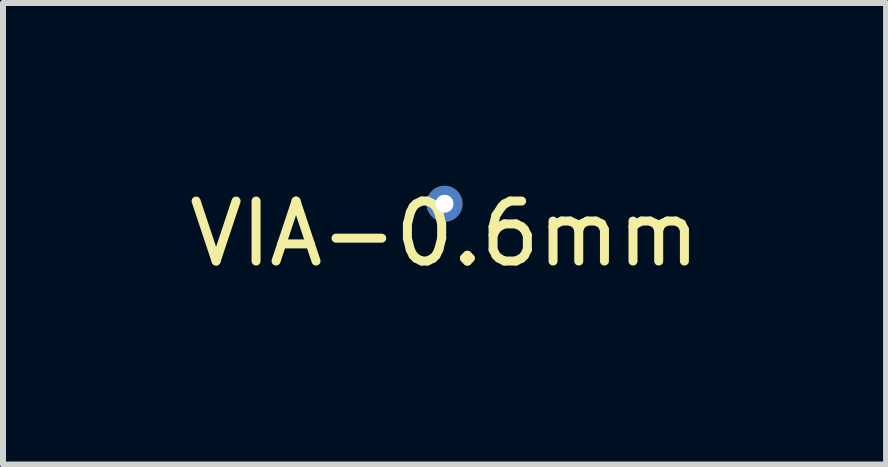
<source format=kicad_pcb>
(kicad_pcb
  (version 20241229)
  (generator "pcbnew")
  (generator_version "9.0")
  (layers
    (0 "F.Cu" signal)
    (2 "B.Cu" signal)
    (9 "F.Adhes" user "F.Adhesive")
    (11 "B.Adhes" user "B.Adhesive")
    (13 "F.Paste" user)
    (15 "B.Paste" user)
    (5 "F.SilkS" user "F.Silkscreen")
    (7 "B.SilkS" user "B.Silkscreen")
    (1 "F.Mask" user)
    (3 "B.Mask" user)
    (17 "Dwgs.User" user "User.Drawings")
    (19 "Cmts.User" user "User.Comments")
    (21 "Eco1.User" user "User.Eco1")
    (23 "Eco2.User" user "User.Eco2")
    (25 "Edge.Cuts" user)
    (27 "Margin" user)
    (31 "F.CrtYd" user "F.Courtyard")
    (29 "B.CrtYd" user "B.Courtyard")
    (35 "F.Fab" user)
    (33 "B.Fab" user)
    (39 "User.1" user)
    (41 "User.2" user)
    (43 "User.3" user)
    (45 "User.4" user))
  (footprint "VIA-0.6mm"
    (layer "F.Cu")
    (at 4.363 0.348)
    (property "Reference" "VIA-0.6mm" (at 0 0.5 0) (layer "F.SilkS") (effects (font (size 1 1) (thickness 0.15))))
    (attr through_hole)
    (pad "1" thru_hole circle (at 0 0) (size 0.6 0.6) (drill 0.3) (layers "*.Cu")))
  (gr_rect
    (start -3 -3)
    (end 11.726 4.697)
    (stroke (width 0.1) (type default))
    (fill no)
    (layer "Edge.Cuts")))
</source>
